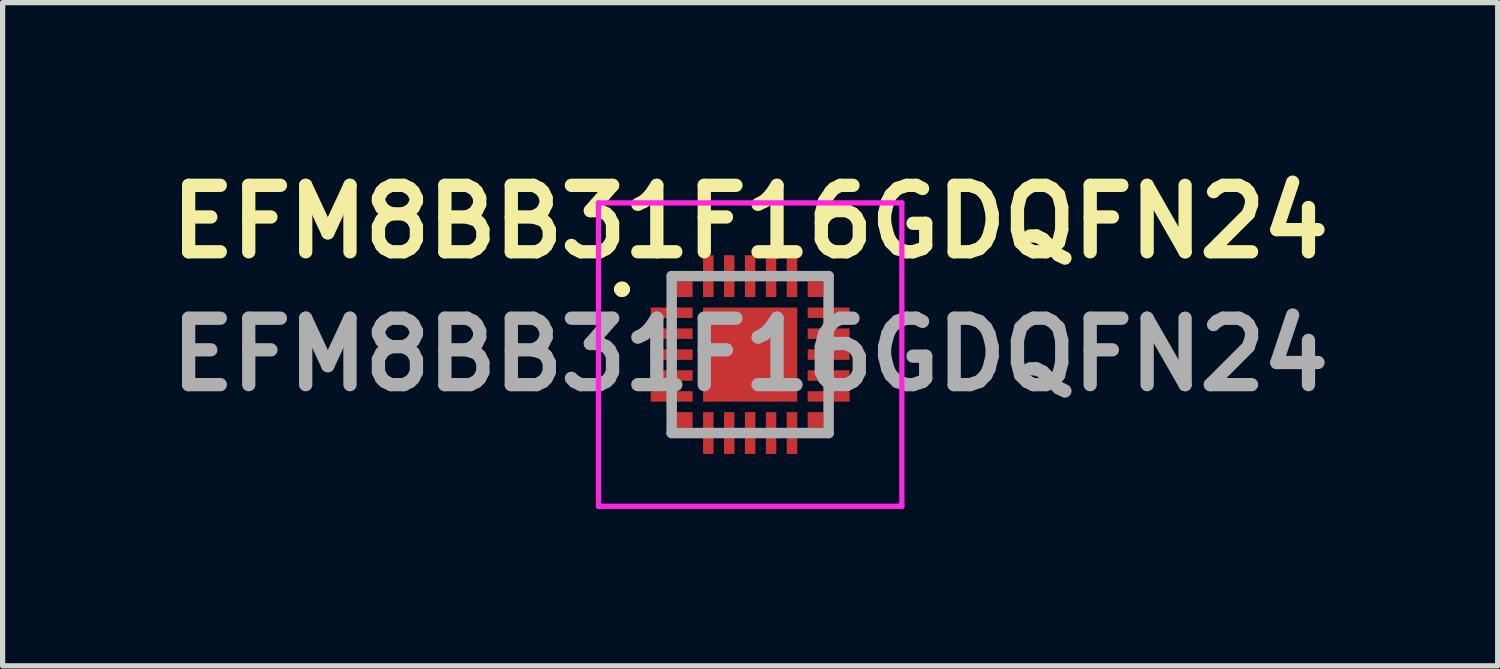
<source format=kicad_pcb>
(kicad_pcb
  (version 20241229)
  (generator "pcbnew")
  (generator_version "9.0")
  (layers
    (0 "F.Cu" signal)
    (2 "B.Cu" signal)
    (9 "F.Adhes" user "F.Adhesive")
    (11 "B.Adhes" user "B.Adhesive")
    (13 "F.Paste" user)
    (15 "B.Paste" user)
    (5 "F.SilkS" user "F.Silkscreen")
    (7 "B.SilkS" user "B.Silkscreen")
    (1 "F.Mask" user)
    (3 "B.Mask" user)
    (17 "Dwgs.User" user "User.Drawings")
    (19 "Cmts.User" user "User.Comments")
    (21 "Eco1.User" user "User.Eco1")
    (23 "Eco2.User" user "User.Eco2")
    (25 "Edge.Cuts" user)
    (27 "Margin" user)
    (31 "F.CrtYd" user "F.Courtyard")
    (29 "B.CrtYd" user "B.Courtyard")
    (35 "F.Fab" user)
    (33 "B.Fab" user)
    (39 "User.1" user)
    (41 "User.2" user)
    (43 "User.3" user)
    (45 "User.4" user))
  (footprint "EFM8BB31F16GDQFN24"
    (layer "F.Cu")
    (at 11.291 3.729)
    (property "Reference" "EFM8BB31F16GDQFN24" (at 0 -2.54 0) (layer "F.SilkS") (effects (font (size 1.27 1.27) (thickness 0.254))))
    (attr smd)
    (fp_line (start -2.5 -1.25) (end -2.5 -1.25) (stroke (width 0.2) (type solid)) (layer "F.SilkS"))
    (fp_line (start -2.5 -1.25) (end -2.5 -1.25) (stroke (width 0.2) (type solid)) (layer "F.SilkS"))
    (fp_line (start -2.4 -1.25) (end -2.4 -1.25) (stroke (width 0.2) (type solid)) (layer "F.SilkS"))
    (fp_arc (start -2.5 -1.25) (mid -2.45 -1.3) (end -2.4 -1.25) (stroke (width 0.2) (type solid)) (layer "F.SilkS"))
    (fp_arc (start -2.4 -1.25) (mid -2.45 -1.2) (end -2.5 -1.25) (stroke (width 0.2) (type solid)) (layer "F.SilkS"))
    (fp_arc (start -2.4 -1.25) (mid -2.45 -1.2) (end -2.5 -1.25) (stroke (width 0.2) (type solid)) (layer "F.SilkS"))
    (fp_line (start -2.9 -2.9) (end 2.9 -2.9) (stroke (width 0.1) (type solid)) (layer "F.CrtYd"))
    (fp_line (start -2.9 2.9) (end -2.9 -2.9) (stroke (width 0.1) (type solid)) (layer "F.CrtYd"))
    (fp_line (start 2.9 -2.9) (end 2.9 2.9) (stroke (width 0.1) (type solid)) (layer "F.CrtYd"))
    (fp_line (start 2.9 2.9) (end -2.9 2.9) (stroke (width 0.1) (type solid)) (layer "F.CrtYd"))
    (fp_line (start -1.5 -1.5) (end -1.5 1.5) (stroke (width 0.2) (type solid)) (layer "F.Fab"))
    (fp_line (start -1.5 1.5) (end 1.5 1.5) (stroke (width 0.2) (type solid)) (layer "F.Fab"))
    (fp_line (start 1.5 -1.5) (end -1.5 -1.5) (stroke (width 0.2) (type solid)) (layer "F.Fab"))
    (fp_line (start 1.5 1.5) (end 1.5 -1.5) (stroke (width 0.2) (type solid)) (layer "F.Fab"))
    (fp_text user "${REFERENCE}" (at 0 0 0) (layer "F.Fab") (effects (font (size 1.27 1.27) (thickness 0.254))))
    (pad "1" smd rect (at -1.25 -1.25 90) (size 0.3 0.3) (layers "F.Cu" "F.Mask" "F.Paste"))
    (pad "2" smd rect (at -1.5 -0.8 90) (size 0.2 0.8) (layers "F.Cu" "F.Mask" "F.Paste"))
    (pad "3" smd rect (at -1.5 -0.4 90) (size 0.2 0.8) (layers "F.Cu" "F.Mask" "F.Paste"))
    (pad "4" smd rect (at -1.5 0 90) (size 0.2 0.8) (layers "F.Cu" "F.Mask" "F.Paste"))
    (pad "5" smd rect (at -1.5 0.4 90) (size 0.2 0.8) (layers "F.Cu" "F.Mask" "F.Paste"))
    (pad "6" smd rect (at -1.5 0.8 90) (size 0.2 0.8) (layers "F.Cu" "F.Mask" "F.Paste"))
    (pad "7" smd rect (at -1.25 1.25 90) (size 0.3 0.3) (layers "F.Cu" "F.Mask" "F.Paste"))
    (pad "8" smd rect (at -0.8 1.5) (size 0.2 0.8) (layers "F.Cu" "F.Mask" "F.Paste"))
    (pad "9" smd rect (at -0.4 1.5) (size 0.2 0.8) (layers "F.Cu" "F.Mask" "F.Paste"))
    (pad "10" smd rect (at 0 1.5) (size 0.2 0.8) (layers "F.Cu" "F.Mask" "F.Paste"))
    (pad "11" smd rect (at 0.4 1.5) (size 0.2 0.8) (layers "F.Cu" "F.Mask" "F.Paste"))
    (pad "12" smd rect (at 0.8 1.5) (size 0.2 0.8) (layers "F.Cu" "F.Mask" "F.Paste"))
    (pad "13" smd rect (at 1.25 1.25 90) (size 0.3 0.3) (layers "F.Cu" "F.Mask" "F.Paste"))
    (pad "14" smd rect (at 1.5 0.8 90) (size 0.2 0.8) (layers "F.Cu" "F.Mask" "F.Paste"))
    (pad "15" smd rect (at 1.5 0.4 90) (size 0.2 0.8) (layers "F.Cu" "F.Mask" "F.Paste"))
    (pad "16" smd rect (at 1.5 0 90) (size 0.2 0.8) (layers "F.Cu" "F.Mask" "F.Paste"))
    (pad "17" smd rect (at 1.5 -0.4 90) (size 0.2 0.8) (layers "F.Cu" "F.Mask" "F.Paste"))
    (pad "18" smd rect (at 1.5 -0.8 90) (size 0.2 0.8) (layers "F.Cu" "F.Mask" "F.Paste"))
    (pad "19" smd rect (at 1.25 -1.25 90) (size 0.3 0.3) (layers "F.Cu" "F.Mask" "F.Paste"))
    (pad "20" smd rect (at 0.8 -1.5) (size 0.2 0.8) (layers "F.Cu" "F.Mask" "F.Paste"))
    (pad "21" smd rect (at 0.4 -1.5) (size 0.2 0.8) (layers "F.Cu" "F.Mask" "F.Paste"))
    (pad "22" smd rect (at 0 -1.5) (size 0.2 0.8) (layers "F.Cu" "F.Mask" "F.Paste"))
    (pad "23" smd rect (at -0.4 -1.5) (size 0.2 0.8) (layers "F.Cu" "F.Mask" "F.Paste"))
    (pad "24" smd rect (at -0.8 -1.5) (size 0.2 0.8) (layers "F.Cu" "F.Mask" "F.Paste"))
    (pad "25" smd rect (at 0 0) (size 1.8 1.8) (layers "F.Cu" "F.Mask" "F.Paste")))
  (gr_rect
    (start -3 -3)
    (end 25.582 9.679)
    (stroke (width 0.1) (type default))
    (fill no)
    (layer "Edge.Cuts")))
</source>
